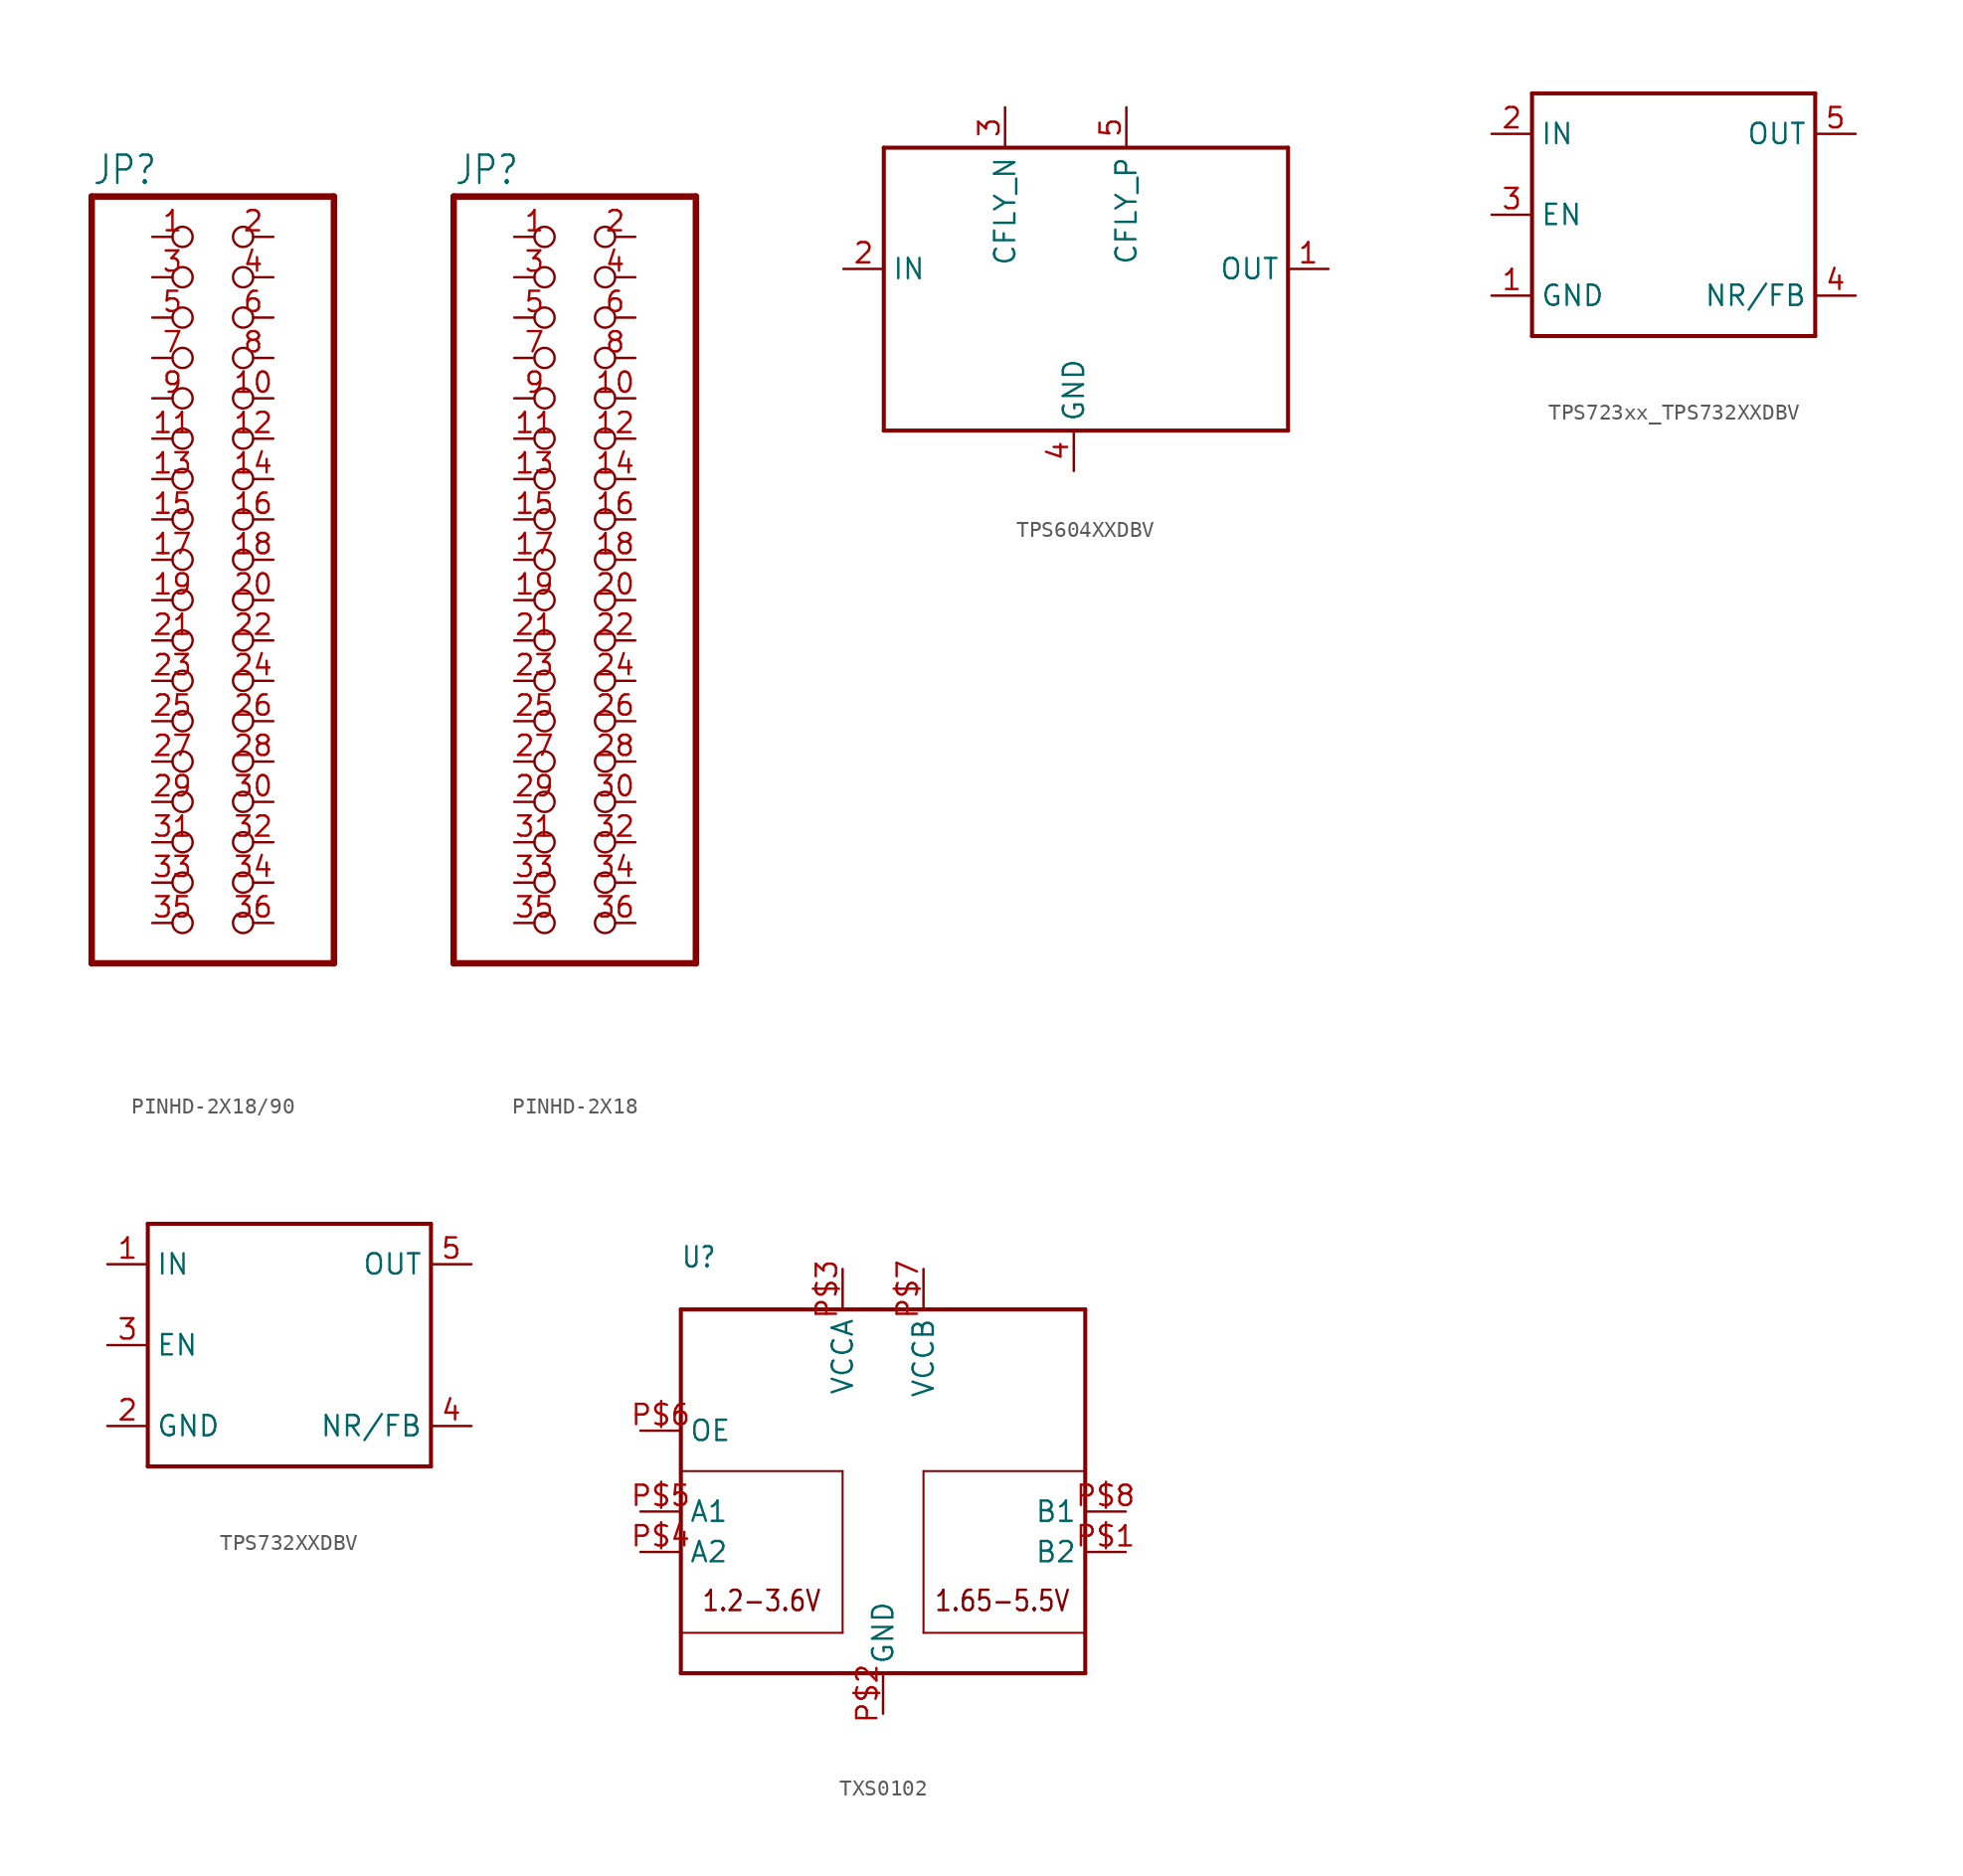
<source format=kicad_sym>
(kicad_symbol_lib
  (version 20231120)
  (generator "kicad_symbol_editor")
  (generator_version "8.0")
  (symbol "PINHD-2X18/90"
    (property "Reference" "JP"
      (at -6.35 23.495 0)
      (effects (font (size 1.778 1.511)) (justify left bottom)))
    (property "Value" ""
      (at -6.35 -27.94 0)
      (effects (font (size 1.778 1.511)) (justify left bottom)))
    (property "ki_locked" ""
      (at 0 0 0)
      (effects (font (size 1.27 1.27))))
    (symbol "PINHD-2X18/90_1_0"
      (polyline (pts (xy -6.35 -25.4) (xy 8.89 -25.4)) (stroke (width 0.406) (type solid)) (fill (type none)))
      (polyline (pts (xy -6.35 22.86) (xy -6.35 -25.4)) (stroke (width 0.406) (type solid)) (fill (type none)))
      (polyline (pts (xy 8.89 -25.4) (xy 8.89 22.86)) (stroke (width 0.406) (type solid)) (fill (type none)))
      (polyline (pts (xy 8.89 22.86) (xy -6.35 22.86)) (stroke (width 0.406) (type solid)) (fill (type none)))
      (pin passive inverted (at -2.54 20.32 0) (length 2.54) (name "1" (effects (font (size 0 0)))) (number "1" (effects (font (size 1.27 1.27)))))
      (pin passive inverted (at 5.08 10.16 180) (length 2.54) (name "10" (effects (font (size 0 0)))) (number "10" (effects (font (size 1.27 1.27)))))
      (pin passive inverted (at -2.54 7.62 0) (length 2.54) (name "11" (effects (font (size 0 0)))) (number "11" (effects (font (size 1.27 1.27)))))
      (pin passive inverted (at 5.08 7.62 180) (length 2.54) (name "12" (effects (font (size 0 0)))) (number "12" (effects (font (size 1.27 1.27)))))
      (pin passive inverted (at -2.54 5.08 0) (length 2.54) (name "13" (effects (font (size 0 0)))) (number "13" (effects (font (size 1.27 1.27)))))
      (pin passive inverted (at 5.08 5.08 180) (length 2.54) (name "14" (effects (font (size 0 0)))) (number "14" (effects (font (size 1.27 1.27)))))
      (pin passive inverted (at -2.54 2.54 0) (length 2.54) (name "15" (effects (font (size 0 0)))) (number "15" (effects (font (size 1.27 1.27)))))
      (pin passive inverted (at 5.08 2.54 180) (length 2.54) (name "16" (effects (font (size 0 0)))) (number "16" (effects (font (size 1.27 1.27)))))
      (pin passive inverted (at -2.54 0 0) (length 2.54) (name "17" (effects (font (size 0 0)))) (number "17" (effects (font (size 1.27 1.27)))))
      (pin passive inverted (at 5.08 0 180) (length 2.54) (name "18" (effects (font (size 0 0)))) (number "18" (effects (font (size 1.27 1.27)))))
      (pin passive inverted (at -2.54 -2.54 0) (length 2.54) (name "19" (effects (font (size 0 0)))) (number "19" (effects (font (size 1.27 1.27)))))
      (pin passive inverted (at 5.08 20.32 180) (length 2.54) (name "2" (effects (font (size 0 0)))) (number "2" (effects (font (size 1.27 1.27)))))
      (pin passive inverted (at 5.08 -2.54 180) (length 2.54) (name "20" (effects (font (size 0 0)))) (number "20" (effects (font (size 1.27 1.27)))))
      (pin passive inverted (at -2.54 -5.08 0) (length 2.54) (name "21" (effects (font (size 0 0)))) (number "21" (effects (font (size 1.27 1.27)))))
      (pin passive inverted (at 5.08 -5.08 180) (length 2.54) (name "22" (effects (font (size 0 0)))) (number "22" (effects (font (size 1.27 1.27)))))
      (pin passive inverted (at -2.54 -7.62 0) (length 2.54) (name "23" (effects (font (size 0 0)))) (number "23" (effects (font (size 1.27 1.27)))))
      (pin passive inverted (at 5.08 -7.62 180) (length 2.54) (name "24" (effects (font (size 0 0)))) (number "24" (effects (font (size 1.27 1.27)))))
      (pin passive inverted (at -2.54 -10.16 0) (length 2.54) (name "25" (effects (font (size 0 0)))) (number "25" (effects (font (size 1.27 1.27)))))
      (pin passive inverted (at 5.08 -10.16 180) (length 2.54) (name "26" (effects (font (size 0 0)))) (number "26" (effects (font (size 1.27 1.27)))))
      (pin passive inverted (at -2.54 -12.7 0) (length 2.54) (name "27" (effects (font (size 0 0)))) (number "27" (effects (font (size 1.27 1.27)))))
      (pin passive inverted (at 5.08 -12.7 180) (length 2.54) (name "28" (effects (font (size 0 0)))) (number "28" (effects (font (size 1.27 1.27)))))
      (pin passive inverted (at -2.54 -15.24 0) (length 2.54) (name "29" (effects (font (size 0 0)))) (number "29" (effects (font (size 1.27 1.27)))))
      (pin passive inverted (at -2.54 17.78 0) (length 2.54) (name "3" (effects (font (size 0 0)))) (number "3" (effects (font (size 1.27 1.27)))))
      (pin passive inverted (at 5.08 -15.24 180) (length 2.54) (name "30" (effects (font (size 0 0)))) (number "30" (effects (font (size 1.27 1.27)))))
      (pin passive inverted (at -2.54 -17.78 0) (length 2.54) (name "31" (effects (font (size 0 0)))) (number "31" (effects (font (size 1.27 1.27)))))
      (pin passive inverted (at 5.08 -17.78 180) (length 2.54) (name "32" (effects (font (size 0 0)))) (number "32" (effects (font (size 1.27 1.27)))))
      (pin passive inverted (at -2.54 -20.32 0) (length 2.54) (name "33" (effects (font (size 0 0)))) (number "33" (effects (font (size 1.27 1.27)))))
      (pin passive inverted (at 5.08 -20.32 180) (length 2.54) (name "34" (effects (font (size 0 0)))) (number "34" (effects (font (size 1.27 1.27)))))
      (pin passive inverted (at -2.54 -22.86 0) (length 2.54) (name "35" (effects (font (size 0 0)))) (number "35" (effects (font (size 1.27 1.27)))))
      (pin passive inverted (at 5.08 -22.86 180) (length 2.54) (name "36" (effects (font (size 0 0)))) (number "36" (effects (font (size 1.27 1.27)))))
      (pin passive inverted (at 5.08 17.78 180) (length 2.54) (name "4" (effects (font (size 0 0)))) (number "4" (effects (font (size 1.27 1.27)))))
      (pin passive inverted (at -2.54 15.24 0) (length 2.54) (name "5" (effects (font (size 0 0)))) (number "5" (effects (font (size 1.27 1.27)))))
      (pin passive inverted (at 5.08 15.24 180) (length 2.54) (name "6" (effects (font (size 0 0)))) (number "6" (effects (font (size 1.27 1.27)))))
      (pin passive inverted (at -2.54 12.7 0) (length 2.54) (name "7" (effects (font (size 0 0)))) (number "7" (effects (font (size 1.27 1.27)))))
      (pin passive inverted (at 5.08 12.7 180) (length 2.54) (name "8" (effects (font (size 0 0)))) (number "8" (effects (font (size 1.27 1.27)))))
      (pin passive inverted (at -2.54 10.16 0) (length 2.54) (name "9" (effects (font (size 0 0)))) (number "9" (effects (font (size 1.27 1.27)))))))
  (symbol "PINHD-2X18"
    (property "Reference" "JP"
      (at -6.35 23.495 0)
      (effects (font (size 1.778 1.511)) (justify left bottom)))
    (property "Value" ""
      (at -6.35 -27.94 0)
      (effects (font (size 1.778 1.511)) (justify left bottom)))
    (property "ki_locked" ""
      (at 0 0 0)
      (effects (font (size 1.27 1.27))))
    (symbol "PINHD-2X18_1_0"
      (polyline (pts (xy -6.35 -25.4) (xy 8.89 -25.4)) (stroke (width 0.406) (type solid)) (fill (type none)))
      (polyline (pts (xy -6.35 22.86) (xy -6.35 -25.4)) (stroke (width 0.406) (type solid)) (fill (type none)))
      (polyline (pts (xy 8.89 -25.4) (xy 8.89 22.86)) (stroke (width 0.406) (type solid)) (fill (type none)))
      (polyline (pts (xy 8.89 22.86) (xy -6.35 22.86)) (stroke (width 0.406) (type solid)) (fill (type none)))
      (pin passive inverted (at -2.54 20.32 0) (length 2.54) (name "1" (effects (font (size 0 0)))) (number "1" (effects (font (size 1.27 1.27)))))
      (pin passive inverted (at 5.08 10.16 180) (length 2.54) (name "10" (effects (font (size 0 0)))) (number "10" (effects (font (size 1.27 1.27)))))
      (pin passive inverted (at -2.54 7.62 0) (length 2.54) (name "11" (effects (font (size 0 0)))) (number "11" (effects (font (size 1.27 1.27)))))
      (pin passive inverted (at 5.08 7.62 180) (length 2.54) (name "12" (effects (font (size 0 0)))) (number "12" (effects (font (size 1.27 1.27)))))
      (pin passive inverted (at -2.54 5.08 0) (length 2.54) (name "13" (effects (font (size 0 0)))) (number "13" (effects (font (size 1.27 1.27)))))
      (pin passive inverted (at 5.08 5.08 180) (length 2.54) (name "14" (effects (font (size 0 0)))) (number "14" (effects (font (size 1.27 1.27)))))
      (pin passive inverted (at -2.54 2.54 0) (length 2.54) (name "15" (effects (font (size 0 0)))) (number "15" (effects (font (size 1.27 1.27)))))
      (pin passive inverted (at 5.08 2.54 180) (length 2.54) (name "16" (effects (font (size 0 0)))) (number "16" (effects (font (size 1.27 1.27)))))
      (pin passive inverted (at -2.54 0 0) (length 2.54) (name "17" (effects (font (size 0 0)))) (number "17" (effects (font (size 1.27 1.27)))))
      (pin passive inverted (at 5.08 0 180) (length 2.54) (name "18" (effects (font (size 0 0)))) (number "18" (effects (font (size 1.27 1.27)))))
      (pin passive inverted (at -2.54 -2.54 0) (length 2.54) (name "19" (effects (font (size 0 0)))) (number "19" (effects (font (size 1.27 1.27)))))
      (pin passive inverted (at 5.08 20.32 180) (length 2.54) (name "2" (effects (font (size 0 0)))) (number "2" (effects (font (size 1.27 1.27)))))
      (pin passive inverted (at 5.08 -2.54 180) (length 2.54) (name "20" (effects (font (size 0 0)))) (number "20" (effects (font (size 1.27 1.27)))))
      (pin passive inverted (at -2.54 -5.08 0) (length 2.54) (name "21" (effects (font (size 0 0)))) (number "21" (effects (font (size 1.27 1.27)))))
      (pin passive inverted (at 5.08 -5.08 180) (length 2.54) (name "22" (effects (font (size 0 0)))) (number "22" (effects (font (size 1.27 1.27)))))
      (pin passive inverted (at -2.54 -7.62 0) (length 2.54) (name "23" (effects (font (size 0 0)))) (number "23" (effects (font (size 1.27 1.27)))))
      (pin passive inverted (at 5.08 -7.62 180) (length 2.54) (name "24" (effects (font (size 0 0)))) (number "24" (effects (font (size 1.27 1.27)))))
      (pin passive inverted (at -2.54 -10.16 0) (length 2.54) (name "25" (effects (font (size 0 0)))) (number "25" (effects (font (size 1.27 1.27)))))
      (pin passive inverted (at 5.08 -10.16 180) (length 2.54) (name "26" (effects (font (size 0 0)))) (number "26" (effects (font (size 1.27 1.27)))))
      (pin passive inverted (at -2.54 -12.7 0) (length 2.54) (name "27" (effects (font (size 0 0)))) (number "27" (effects (font (size 1.27 1.27)))))
      (pin passive inverted (at 5.08 -12.7 180) (length 2.54) (name "28" (effects (font (size 0 0)))) (number "28" (effects (font (size 1.27 1.27)))))
      (pin passive inverted (at -2.54 -15.24 0) (length 2.54) (name "29" (effects (font (size 0 0)))) (number "29" (effects (font (size 1.27 1.27)))))
      (pin passive inverted (at -2.54 17.78 0) (length 2.54) (name "3" (effects (font (size 0 0)))) (number "3" (effects (font (size 1.27 1.27)))))
      (pin passive inverted (at 5.08 -15.24 180) (length 2.54) (name "30" (effects (font (size 0 0)))) (number "30" (effects (font (size 1.27 1.27)))))
      (pin passive inverted (at -2.54 -17.78 0) (length 2.54) (name "31" (effects (font (size 0 0)))) (number "31" (effects (font (size 1.27 1.27)))))
      (pin passive inverted (at 5.08 -17.78 180) (length 2.54) (name "32" (effects (font (size 0 0)))) (number "32" (effects (font (size 1.27 1.27)))))
      (pin passive inverted (at -2.54 -20.32 0) (length 2.54) (name "33" (effects (font (size 0 0)))) (number "33" (effects (font (size 1.27 1.27)))))
      (pin passive inverted (at 5.08 -20.32 180) (length 2.54) (name "34" (effects (font (size 0 0)))) (number "34" (effects (font (size 1.27 1.27)))))
      (pin passive inverted (at -2.54 -22.86 0) (length 2.54) (name "35" (effects (font (size 0 0)))) (number "35" (effects (font (size 1.27 1.27)))))
      (pin passive inverted (at 5.08 -22.86 180) (length 2.54) (name "36" (effects (font (size 0 0)))) (number "36" (effects (font (size 1.27 1.27)))))
      (pin passive inverted (at 5.08 17.78 180) (length 2.54) (name "4" (effects (font (size 0 0)))) (number "4" (effects (font (size 1.27 1.27)))))
      (pin passive inverted (at -2.54 15.24 0) (length 2.54) (name "5" (effects (font (size 0 0)))) (number "5" (effects (font (size 1.27 1.27)))))
      (pin passive inverted (at 5.08 15.24 180) (length 2.54) (name "6" (effects (font (size 0 0)))) (number "6" (effects (font (size 1.27 1.27)))))
      (pin passive inverted (at -2.54 12.7 0) (length 2.54) (name "7" (effects (font (size 0 0)))) (number "7" (effects (font (size 1.27 1.27)))))
      (pin passive inverted (at 5.08 12.7 180) (length 2.54) (name "8" (effects (font (size 0 0)))) (number "8" (effects (font (size 1.27 1.27)))))
      (pin passive inverted (at -2.54 10.16 0) (length 2.54) (name "9" (effects (font (size 0 0)))) (number "9" (effects (font (size 1.27 1.27)))))))
  (symbol "TPS604XXDBV"
    (property "Reference" ""
      (at -15.24 -9.906 0)
      (effects (font (size 1.27 1.079)) (justify left bottom) (hide yes)))
    (property "Value" ""
      (at 3.302 -9.652 0)
      (effects (font (size 1.27 1.079)) (justify left bottom)))
    (property "ki_locked" ""
      (at 0 0 0)
      (effects (font (size 1.27 1.27))))
    (symbol "TPS604XXDBV_1_0"
      (polyline (pts (xy -15.24 -7.62) (xy 10.16 -7.62)) (stroke (width 0.254) (type solid)) (fill (type none)))
      (polyline (pts (xy -15.24 10.16) (xy -15.24 -7.62)) (stroke (width 0.254) (type solid)) (fill (type none)))
      (polyline (pts (xy 10.16 -7.62) (xy 10.16 10.16)) (stroke (width 0.254) (type solid)) (fill (type none)))
      (polyline (pts (xy 10.16 10.16) (xy -15.24 10.16)) (stroke (width 0.254) (type solid)) (fill (type none)))
      (pin bidirectional line (at 12.7 2.54 180) (length 2.54) (name "OUT" (effects (font (size 1.27 1.27)))) (number "1" (effects (font (size 1.27 1.27)))))
      (pin bidirectional line (at -17.78 2.54 0) (length 2.54) (name "IN" (effects (font (size 1.27 1.27)))) (number "2" (effects (font (size 1.27 1.27)))))
      (pin bidirectional line (at -7.62 12.7 270) (length 2.54) (name "CFLY_N" (effects (font (size 1.27 1.27)))) (number "3" (effects (font (size 1.27 1.27)))))
      (pin bidirectional line (at -3.302 -10.16 90) (length 2.54) (name "GND" (effects (font (size 1.27 1.27)))) (number "4" (effects (font (size 1.27 1.27)))))
      (pin bidirectional line (at 0 12.7 270) (length 2.54) (name "CFLY_P" (effects (font (size 1.27 1.27)))) (number "5" (effects (font (size 1.27 1.27)))))))
  (symbol "TPS723xx_TPS732XXDBV"
    (property "Reference" ""
      (at -7.366 8.382 0)
      (effects (font (size 1.27 1.079)) (justify left bottom) (hide yes)))
    (property "Value" ""
      (at -7.366 -9.652 0)
      (effects (font (size 1.27 1.079)) (justify left bottom)))
    (property "ki_locked" ""
      (at 0 0 0)
      (effects (font (size 1.27 1.27))))
    (symbol "TPS723xx_TPS732XXDBV_1_0"
      (polyline (pts (xy -7.62 -7.62) (xy 10.16 -7.62)) (stroke (width 0.254) (type solid)) (fill (type none)))
      (polyline (pts (xy -7.62 7.62) (xy -7.62 -7.62)) (stroke (width 0.254) (type solid)) (fill (type none)))
      (polyline (pts (xy 10.16 -7.62) (xy 10.16 7.62)) (stroke (width 0.254) (type solid)) (fill (type none)))
      (polyline (pts (xy 10.16 7.62) (xy -7.62 7.62)) (stroke (width 0.254) (type solid)) (fill (type none)))
      (pin bidirectional line (at -10.16 -5.08 0) (length 2.54) (name "GND" (effects (font (size 1.27 1.27)))) (number "1" (effects (font (size 1.27 1.27)))))
      (pin bidirectional line (at -10.16 5.08 0) (length 2.54) (name "IN" (effects (font (size 1.27 1.27)))) (number "2" (effects (font (size 1.27 1.27)))))
      (pin bidirectional line (at -10.16 0 0) (length 2.54) (name "EN" (effects (font (size 1.27 1.27)))) (number "3" (effects (font (size 1.27 1.27)))))
      (pin bidirectional line (at 12.7 -5.08 180) (length 2.54) (name "NR/FB" (effects (font (size 1.27 1.27)))) (number "4" (effects (font (size 1.27 1.27)))))
      (pin bidirectional line (at 12.7 5.08 180) (length 2.54) (name "OUT" (effects (font (size 1.27 1.27)))) (number "5" (effects (font (size 1.27 1.27)))))))
  (symbol "TPS732XXDBV"
    (property "Reference" ""
      (at -7.366 8.382 0)
      (effects (font (size 1.27 1.079)) (justify left bottom) (hide yes)))
    (property "Value" ""
      (at -7.366 -9.652 0)
      (effects (font (size 1.27 1.079)) (justify left bottom)))
    (property "ki_locked" ""
      (at 0 0 0)
      (effects (font (size 1.27 1.27))))
    (symbol "TPS732XXDBV_1_0"
      (polyline (pts (xy -7.62 -7.62) (xy 10.16 -7.62)) (stroke (width 0.254) (type solid)) (fill (type none)))
      (polyline (pts (xy -7.62 7.62) (xy -7.62 -7.62)) (stroke (width 0.254) (type solid)) (fill (type none)))
      (polyline (pts (xy 10.16 -7.62) (xy 10.16 7.62)) (stroke (width 0.254) (type solid)) (fill (type none)))
      (polyline (pts (xy 10.16 7.62) (xy -7.62 7.62)) (stroke (width 0.254) (type solid)) (fill (type none)))
      (pin bidirectional line (at -10.16 5.08 0) (length 2.54) (name "IN" (effects (font (size 1.27 1.27)))) (number "1" (effects (font (size 1.27 1.27)))))
      (pin bidirectional line (at -10.16 -5.08 0) (length 2.54) (name "GND" (effects (font (size 1.27 1.27)))) (number "2" (effects (font (size 1.27 1.27)))))
      (pin bidirectional line (at -10.16 0 0) (length 2.54) (name "EN" (effects (font (size 1.27 1.27)))) (number "3" (effects (font (size 1.27 1.27)))))
      (pin bidirectional line (at 12.7 -5.08 180) (length 2.54) (name "NR/FB" (effects (font (size 1.27 1.27)))) (number "4" (effects (font (size 1.27 1.27)))))
      (pin bidirectional line (at 12.7 5.08 180) (length 2.54) (name "OUT" (effects (font (size 1.27 1.27)))) (number "5" (effects (font (size 1.27 1.27)))))))
  (symbol "TXS0102"
    (property "Reference" "U"
      (at -12.7 12.7 0)
      (effects (font (size 1.27 1.079)) (justify left bottom)))
    (property "Value" ""
      (at -12.7 -15.24 0)
      (effects (font (size 1.27 1.079)) (justify left bottom)))
    (property "ki_locked" ""
      (at 0 0 0)
      (effects (font (size 1.27 1.27))))
    (symbol "TXS0102_1_0"
      (polyline (pts (xy -12.7 -12.7) (xy -12.7 10.16)) (stroke (width 0.254) (type solid)) (fill (type none)))
      (polyline (pts (xy -12.7 -10.16) (xy -2.54 -10.16)) (stroke (width 0.127) (type solid)) (fill (type none)))
      (polyline (pts (xy -12.7 10.16) (xy 12.7 10.16)) (stroke (width 0.254) (type solid)) (fill (type none)))
      (polyline (pts (xy -2.54 -10.16) (xy -2.54 0)) (stroke (width 0.127) (type solid)) (fill (type none)))
      (polyline (pts (xy -2.54 0) (xy -12.7 0)) (stroke (width 0.127) (type solid)) (fill (type none)))
      (polyline (pts (xy 2.54 -10.16) (xy 12.7 -10.16)) (stroke (width 0.127) (type solid)) (fill (type none)))
      (polyline (pts (xy 2.54 0) (xy 2.54 -10.16)) (stroke (width 0.127) (type solid)) (fill (type none)))
      (polyline (pts (xy 12.7 -12.7) (xy -12.7 -12.7)) (stroke (width 0.254) (type solid)) (fill (type none)))
      (polyline (pts (xy 12.7 0) (xy 2.54 0)) (stroke (width 0.127) (type solid)) (fill (type none)))
      (polyline (pts (xy 12.7 10.16) (xy 12.7 -12.7)) (stroke (width 0.254) (type solid)) (fill (type none)))
      (text "1.2-3.6V" (at -11.43 -8.89 0) (effects (font (size 1.27 1.079)) (justify left bottom)))
      (text "1.65-5.5V" (at 3.175 -8.89 0) (effects (font (size 1.27 1.079)) (justify left bottom)))
      (pin bidirectional line (at 15.24 -5.08 180) (length 2.54) (name "B2" (effects (font (size 1.27 1.27)))) (number "P$1" (effects (font (size 1.27 1.27)))))
      (pin bidirectional line (at 0 -15.24 90) (length 2.54) (name "GND" (effects (font (size 1.27 1.27)))) (number "P$2" (effects (font (size 1.27 1.27)))))
      (pin bidirectional line (at -2.54 12.7 270) (length 2.54) (name "VCCA" (effects (font (size 1.27 1.27)))) (number "P$3" (effects (font (size 1.27 1.27)))))
      (pin bidirectional line (at -15.24 -5.08 0) (length 2.54) (name "A2" (effects (font (size 1.27 1.27)))) (number "P$4" (effects (font (size 1.27 1.27)))))
      (pin bidirectional line (at -15.24 -2.54 0) (length 2.54) (name "A1" (effects (font (size 1.27 1.27)))) (number "P$5" (effects (font (size 1.27 1.27)))))
      (pin bidirectional line (at -15.24 2.54 0) (length 2.54) (name "OE" (effects (font (size 1.27 1.27)))) (number "P$6" (effects (font (size 1.27 1.27)))))
      (pin bidirectional line (at 2.54 12.7 270) (length 2.54) (name "VCCB" (effects (font (size 1.27 1.27)))) (number "P$7" (effects (font (size 1.27 1.27)))))
      (pin bidirectional line (at 15.24 -2.54 180) (length 2.54) (name "B1" (effects (font (size 1.27 1.27)))) (number "P$8" (effects (font (size 1.27 1.27))))))))
</source>
